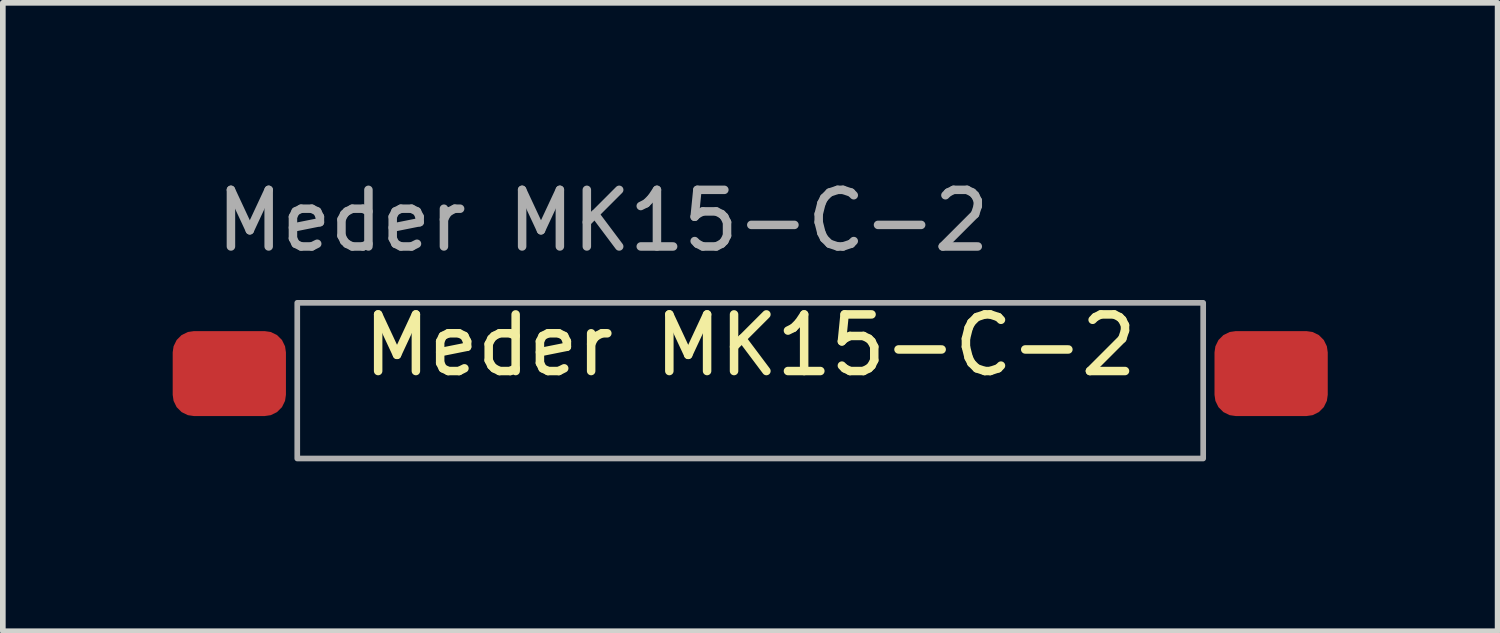
<source format=kicad_pcb>
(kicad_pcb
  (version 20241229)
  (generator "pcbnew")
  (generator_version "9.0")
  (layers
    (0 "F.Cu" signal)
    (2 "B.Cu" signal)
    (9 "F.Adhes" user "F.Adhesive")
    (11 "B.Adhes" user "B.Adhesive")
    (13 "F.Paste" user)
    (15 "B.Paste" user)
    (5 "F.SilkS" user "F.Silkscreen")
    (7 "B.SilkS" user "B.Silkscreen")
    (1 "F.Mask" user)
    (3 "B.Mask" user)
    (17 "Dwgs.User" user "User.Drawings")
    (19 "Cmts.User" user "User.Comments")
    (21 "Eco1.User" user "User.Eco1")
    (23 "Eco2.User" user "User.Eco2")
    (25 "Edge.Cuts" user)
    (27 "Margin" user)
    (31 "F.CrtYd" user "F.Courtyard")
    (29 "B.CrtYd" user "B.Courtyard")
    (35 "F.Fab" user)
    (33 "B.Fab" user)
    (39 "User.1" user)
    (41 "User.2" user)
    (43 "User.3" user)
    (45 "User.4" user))
  (footprint "Meder MK15-C-2"
    (layer "F.Cu")
    (at 10.2 3.548)
    (property "Reference" "Meder MK15-C-2" (at 0 -0.5 0) (unlocked yes) (layer "F.SilkS") (effects (font (size 1 1) (thickness 0.15))))
    (attr smd)
    (fp_rect (start -8 -1.25) (end 8 1.5) (stroke (width 0.1) (type default)) (fill no) (layer "F.Fab"))
    (fp_text user "${REFERENCE}" (at -2.6 -2.7 0) (unlocked yes) (layer "F.Fab") (effects (font (size 1 1) (thickness 0.15))))
    (pad "1" smd roundrect (at -9.2 0) (size 2 1.5) (layers "F.Cu" "F.Mask" "F.Paste") (roundrect_rratio 0.25))
    (pad "2" smd roundrect (at 9.2 0) (size 2 1.5) (layers "F.Cu" "F.Mask" "F.Paste") (roundrect_rratio 0.25)))
  (gr_rect
    (start -3 -3)
    (end 23.4 8.098)
    (stroke (width 0.1) (type default))
    (fill no)
    (layer "Edge.Cuts")))
</source>
